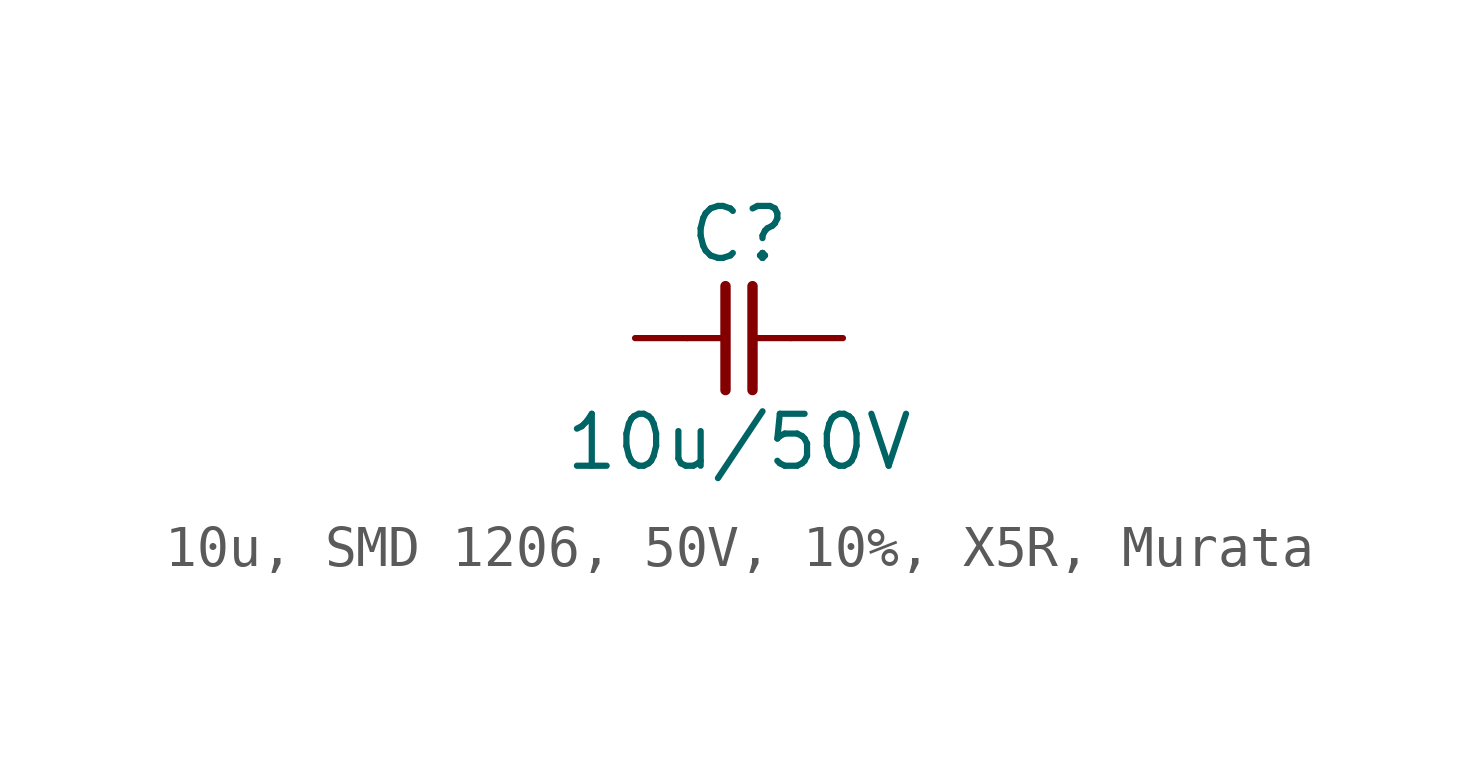
<source format=kicad_sym>
(kicad_symbol_lib
  (version 20241209)
  (generator "kicad_symbol_editor")
  (generator_version "9.0")
  (symbol "10u, SMD 1206, 50V, 10%, X5R, Murata"
    (pin_numbers
      (hide yes))
    (pin_names
      (offset 0)
      (hide yes))
    (property "Reference" "C"
      (at 0 2.54 0)
      (effects (font (size 1.27 1.27))))
    (property "Value" "10u/50V"
      (at 0 -2.54 0)
      (effects (font (size 1.27 1.27))))
    (symbol "10u, SMD 1206, 50V, 10%, X5R, Murata_0_1"
      (polyline (pts (xy -0.33 1.27) (xy -0.33 -1.27)) (stroke (width 0.254) (type default)) (fill (type none)))
      (polyline (pts (xy -0.318 0) (xy -1.27 0)) (stroke (width 0) (type default)) (fill (type none)))
      (polyline (pts (xy 0.33 1.27) (xy 0.33 -1.27)) (stroke (width 0.254) (type default)) (fill (type none)))
      (polyline (pts (xy 1.27 0) (xy 0.318 0)) (stroke (width 0) (type default)) (fill (type none))))
    (symbol "10u, SMD 1206, 50V, 10%, X5R, Murata_1_1"
      (pin passive line (at -2.54 0 0) (length 1.27) (name "1" (effects (font (size 1.27 1.27)))) (number "1" (effects (font (size 1.27 1.27)))))
      (pin passive line (at 2.54 0 180) (length 1.27) (name "2" (effects (font (size 1.27 1.27)))) (number "2" (effects (font (size 1.27 1.27))))))))
</source>
